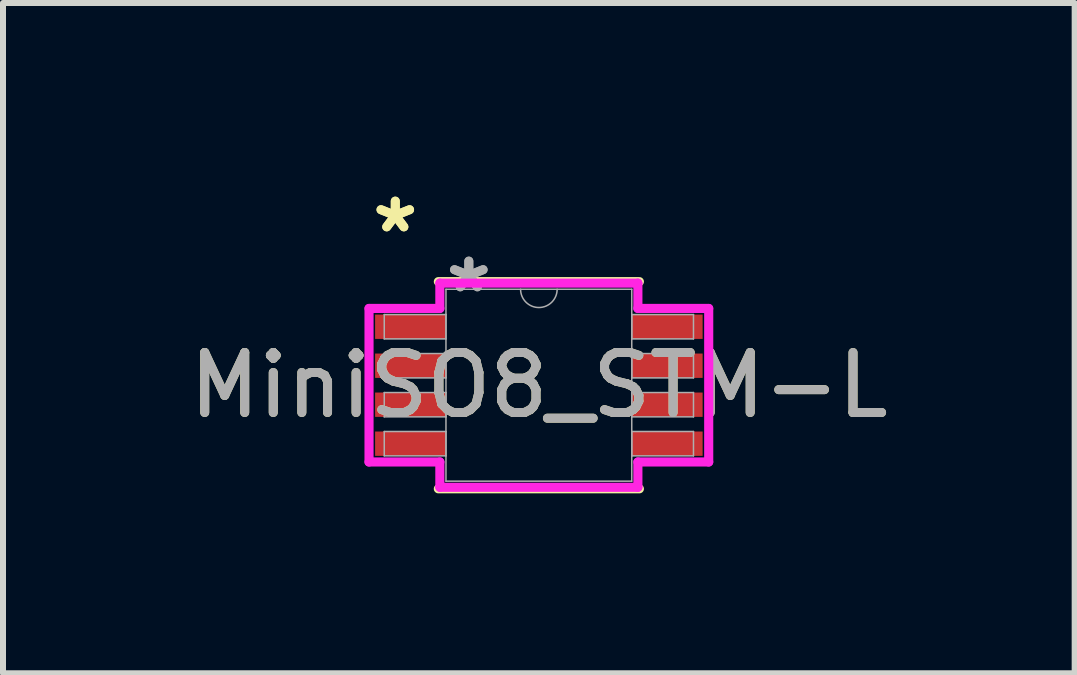
<source format=kicad_pcb>
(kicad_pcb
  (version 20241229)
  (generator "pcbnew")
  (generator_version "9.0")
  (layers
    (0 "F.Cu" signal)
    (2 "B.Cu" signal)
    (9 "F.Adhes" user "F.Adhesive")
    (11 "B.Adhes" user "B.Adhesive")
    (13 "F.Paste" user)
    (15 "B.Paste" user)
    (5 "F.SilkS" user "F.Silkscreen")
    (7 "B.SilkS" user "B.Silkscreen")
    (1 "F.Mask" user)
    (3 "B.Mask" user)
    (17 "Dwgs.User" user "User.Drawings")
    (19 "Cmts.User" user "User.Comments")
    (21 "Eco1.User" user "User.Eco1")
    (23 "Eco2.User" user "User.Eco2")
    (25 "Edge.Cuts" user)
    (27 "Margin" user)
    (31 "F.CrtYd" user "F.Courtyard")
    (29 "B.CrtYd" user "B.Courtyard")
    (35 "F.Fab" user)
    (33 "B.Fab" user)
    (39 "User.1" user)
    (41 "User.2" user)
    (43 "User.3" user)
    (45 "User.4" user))
  (footprint "MiniSO8_STM-L"
    (layer "F.Cu")
    (at 5.935 3.373)
    (property "Reference" "MiniSO8_STM-L" (at 0 0 0) (unlocked yes) (layer "F.SilkS") (effects (font (size 1 1) (thickness 0.15))))
    (attr smd)
    (fp_line (start -1.676 1.727) (end 1.676 1.727) (stroke (width 0.152) (type solid)) (layer "F.SilkS"))
    (fp_line (start 1.676 -1.727) (end -1.676 -1.727) (stroke (width 0.152) (type solid)) (layer "F.SilkS"))
    (fp_line (start -2.832 -1.28) (end -1.651 -1.28) (stroke (width 0.152) (type solid)) (layer "F.CrtYd"))
    (fp_line (start -2.832 1.28) (end -2.832 -1.28) (stroke (width 0.152) (type solid)) (layer "F.CrtYd"))
    (fp_line (start -2.832 1.28) (end -1.651 1.28) (stroke (width 0.152) (type solid)) (layer "F.CrtYd"))
    (fp_line (start -1.651 -1.702) (end 1.651 -1.702) (stroke (width 0.152) (type solid)) (layer "F.CrtYd"))
    (fp_line (start -1.651 -1.28) (end -1.651 -1.702) (stroke (width 0.152) (type solid)) (layer "F.CrtYd"))
    (fp_line (start -1.651 1.702) (end -1.651 1.28) (stroke (width 0.152) (type solid)) (layer "F.CrtYd"))
    (fp_line (start 1.651 -1.702) (end 1.651 -1.28) (stroke (width 0.152) (type solid)) (layer "F.CrtYd"))
    (fp_line (start 1.651 1.28) (end 1.651 1.702) (stroke (width 0.152) (type solid)) (layer "F.CrtYd"))
    (fp_line (start 1.651 1.702) (end -1.651 1.702) (stroke (width 0.152) (type solid)) (layer "F.CrtYd"))
    (fp_line (start 2.832 -1.28) (end 1.651 -1.28) (stroke (width 0.152) (type solid)) (layer "F.CrtYd"))
    (fp_line (start 2.832 -1.28) (end 2.832 1.28) (stroke (width 0.152) (type solid)) (layer "F.CrtYd"))
    (fp_line (start 2.832 1.28) (end 1.651 1.28) (stroke (width 0.152) (type solid)) (layer "F.CrtYd"))
    (fp_line (start -2.578 -1.178) (end -2.578 -0.772) (stroke (width 0.025) (type solid)) (layer "F.Fab"))
    (fp_line (start -2.578 -0.772) (end -1.549 -0.772) (stroke (width 0.025) (type solid)) (layer "F.Fab"))
    (fp_line (start -2.578 -0.528) (end -2.578 -0.122) (stroke (width 0.025) (type solid)) (layer "F.Fab"))
    (fp_line (start -2.578 -0.122) (end -1.549 -0.122) (stroke (width 0.025) (type solid)) (layer "F.Fab"))
    (fp_line (start -2.578 0.122) (end -2.578 0.528) (stroke (width 0.025) (type solid)) (layer "F.Fab"))
    (fp_line (start -2.578 0.528) (end -1.549 0.528) (stroke (width 0.025) (type solid)) (layer "F.Fab"))
    (fp_line (start -2.578 0.772) (end -2.578 1.178) (stroke (width 0.025) (type solid)) (layer "F.Fab"))
    (fp_line (start -2.578 1.178) (end -1.549 1.178) (stroke (width 0.025) (type solid)) (layer "F.Fab"))
    (fp_line (start -1.549 -1.6) (end -1.549 1.6) (stroke (width 0.025) (type solid)) (layer "F.Fab"))
    (fp_line (start -1.549 -1.178) (end -2.578 -1.178) (stroke (width 0.025) (type solid)) (layer "F.Fab"))
    (fp_line (start -1.549 -0.772) (end -1.549 -1.178) (stroke (width 0.025) (type solid)) (layer "F.Fab"))
    (fp_line (start -1.549 -0.528) (end -2.578 -0.528) (stroke (width 0.025) (type solid)) (layer "F.Fab"))
    (fp_line (start -1.549 -0.122) (end -1.549 -0.528) (stroke (width 0.025) (type solid)) (layer "F.Fab"))
    (fp_line (start -1.549 0.122) (end -2.578 0.122) (stroke (width 0.025) (type solid)) (layer "F.Fab"))
    (fp_line (start -1.549 0.528) (end -1.549 0.122) (stroke (width 0.025) (type solid)) (layer "F.Fab"))
    (fp_line (start -1.549 0.772) (end -2.578 0.772) (stroke (width 0.025) (type solid)) (layer "F.Fab"))
    (fp_line (start -1.549 1.178) (end -1.549 0.772) (stroke (width 0.025) (type solid)) (layer "F.Fab"))
    (fp_line (start -1.549 1.6) (end 1.549 1.6) (stroke (width 0.025) (type solid)) (layer "F.Fab"))
    (fp_line (start 1.549 -1.6) (end -1.549 -1.6) (stroke (width 0.025) (type solid)) (layer "F.Fab"))
    (fp_line (start 1.549 -1.178) (end 1.549 -0.772) (stroke (width 0.025) (type solid)) (layer "F.Fab"))
    (fp_line (start 1.549 -0.772) (end 2.578 -0.772) (stroke (width 0.025) (type solid)) (layer "F.Fab"))
    (fp_line (start 1.549 -0.528) (end 1.549 -0.122) (stroke (width 0.025) (type solid)) (layer "F.Fab"))
    (fp_line (start 1.549 -0.122) (end 2.578 -0.122) (stroke (width 0.025) (type solid)) (layer "F.Fab"))
    (fp_line (start 1.549 0.122) (end 1.549 0.528) (stroke (width 0.025) (type solid)) (layer "F.Fab"))
    (fp_line (start 1.549 0.528) (end 2.578 0.528) (stroke (width 0.025) (type solid)) (layer "F.Fab"))
    (fp_line (start 1.549 0.772) (end 1.549 1.178) (stroke (width 0.025) (type solid)) (layer "F.Fab"))
    (fp_line (start 1.549 1.178) (end 2.578 1.178) (stroke (width 0.025) (type solid)) (layer "F.Fab"))
    (fp_line (start 1.549 1.6) (end 1.549 -1.6) (stroke (width 0.025) (type solid)) (layer "F.Fab"))
    (fp_line (start 2.578 -1.178) (end 1.549 -1.178) (stroke (width 0.025) (type solid)) (layer "F.Fab"))
    (fp_line (start 2.578 -0.772) (end 2.578 -1.178) (stroke (width 0.025) (type solid)) (layer "F.Fab"))
    (fp_line (start 2.578 -0.528) (end 1.549 -0.528) (stroke (width 0.025) (type solid)) (layer "F.Fab"))
    (fp_line (start 2.578 -0.122) (end 2.578 -0.528) (stroke (width 0.025) (type solid)) (layer "F.Fab"))
    (fp_line (start 2.578 0.122) (end 1.549 0.122) (stroke (width 0.025) (type solid)) (layer "F.Fab"))
    (fp_line (start 2.578 0.528) (end 2.578 0.122) (stroke (width 0.025) (type solid)) (layer "F.Fab"))
    (fp_line (start 2.578 0.772) (end 1.549 0.772) (stroke (width 0.025) (type solid)) (layer "F.Fab"))
    (fp_line (start 2.578 1.178) (end 2.578 0.772) (stroke (width 0.025) (type solid)) (layer "F.Fab"))
    (fp_arc (start 0.3048 -1.6002) (mid 0 -1.2954) (end -0.3048 -1.6002) (stroke (width 0.0254) (type solid)) (layer "F.Fab"))
    (fp_text user "*" (at -2.394 -2.524 0) (layer "F.SilkS") (effects (font (size 1 1) (thickness 0.15))))
    (fp_text user "*" (at -2.394 -2.524 0) (unlocked yes) (layer "F.SilkS") (effects (font (size 1 1) (thickness 0.15))))
    (fp_text user "*" (at -1.168 -1.524 0) (unlocked yes) (layer "F.Fab") (effects (font (size 1 1) (thickness 0.15))))
    (fp_text user "*" (at -1.168 -1.524 0) (layer "F.Fab") (effects (font (size 1 1) (thickness 0.15))))
    (fp_text user "${REFERENCE}" (at 0 0 0) (unlocked yes) (layer "F.Fab") (effects (font (size 1 1) (thickness 0.15))))
    (pad "1" smd rect (at -2.14 -0.975) (size 1.181 0.406) (layers "F.Cu" "F.Mask" "F.Paste"))
    (pad "2" smd rect (at -2.14 -0.325) (size 1.181 0.406) (layers "F.Cu" "F.Mask" "F.Paste"))
    (pad "3" smd rect (at -2.14 0.325) (size 1.181 0.406) (layers "F.Cu" "F.Mask" "F.Paste"))
    (pad "4" smd rect (at -2.14 0.975) (size 1.181 0.406) (layers "F.Cu" "F.Mask" "F.Paste"))
    (pad "5" smd rect (at 2.14 0.975) (size 1.181 0.406) (layers "F.Cu" "F.Mask" "F.Paste"))
    (pad "6" smd rect (at 2.14 0.325) (size 1.181 0.406) (layers "F.Cu" "F.Mask" "F.Paste"))
    (pad "7" smd rect (at 2.14 -0.325) (size 1.181 0.406) (layers "F.Cu" "F.Mask" "F.Paste"))
    (pad "8" smd rect (at 2.14 -0.975) (size 1.181 0.406) (layers "F.Cu" "F.Mask" "F.Paste")))
  (gr_rect
    (start -3 -3)
    (end 14.869 8.176)
    (stroke (width 0.1) (type default))
    (fill no)
    (layer "Edge.Cuts")))
</source>
